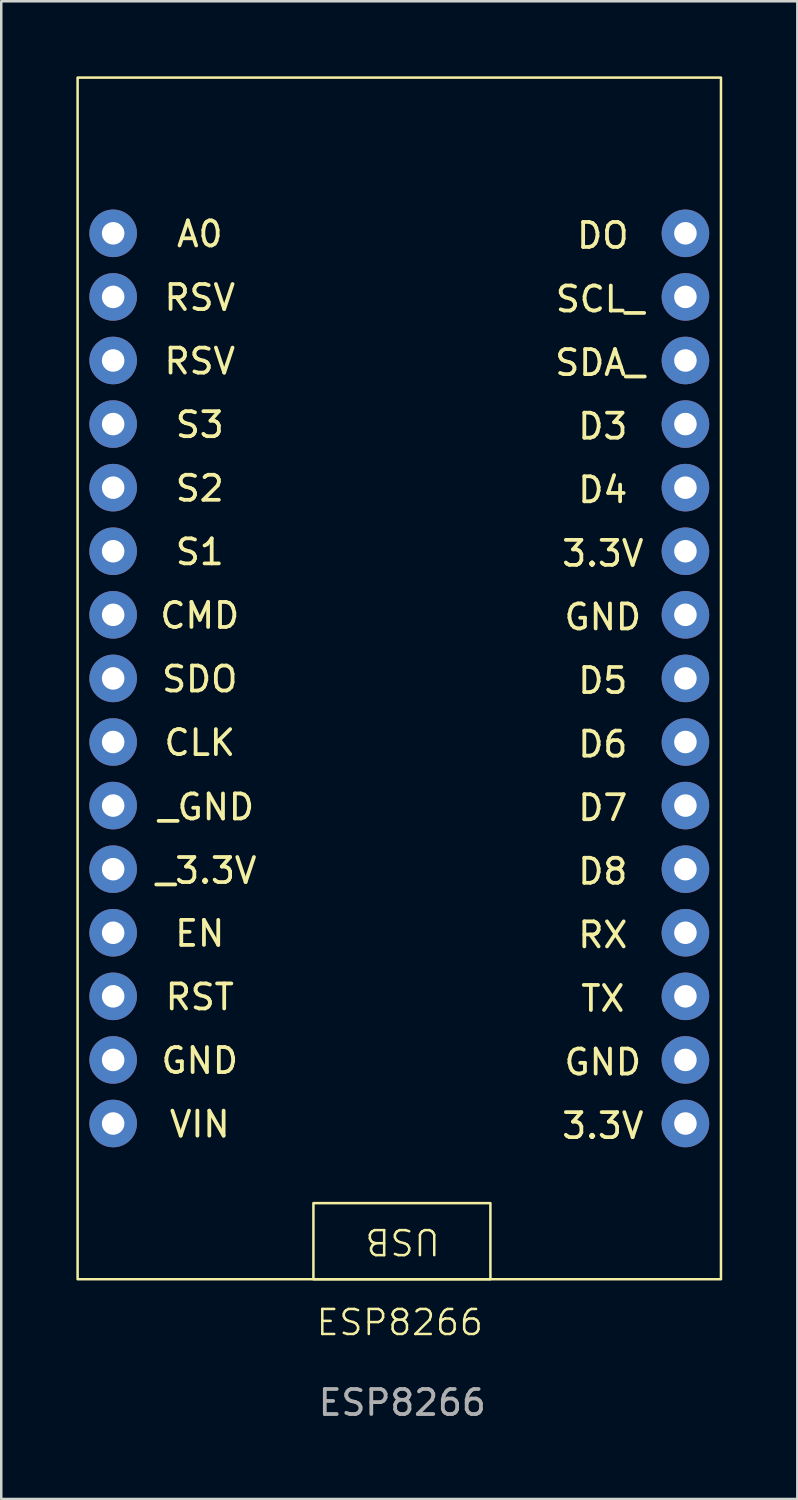
<source format=kicad_pcb>
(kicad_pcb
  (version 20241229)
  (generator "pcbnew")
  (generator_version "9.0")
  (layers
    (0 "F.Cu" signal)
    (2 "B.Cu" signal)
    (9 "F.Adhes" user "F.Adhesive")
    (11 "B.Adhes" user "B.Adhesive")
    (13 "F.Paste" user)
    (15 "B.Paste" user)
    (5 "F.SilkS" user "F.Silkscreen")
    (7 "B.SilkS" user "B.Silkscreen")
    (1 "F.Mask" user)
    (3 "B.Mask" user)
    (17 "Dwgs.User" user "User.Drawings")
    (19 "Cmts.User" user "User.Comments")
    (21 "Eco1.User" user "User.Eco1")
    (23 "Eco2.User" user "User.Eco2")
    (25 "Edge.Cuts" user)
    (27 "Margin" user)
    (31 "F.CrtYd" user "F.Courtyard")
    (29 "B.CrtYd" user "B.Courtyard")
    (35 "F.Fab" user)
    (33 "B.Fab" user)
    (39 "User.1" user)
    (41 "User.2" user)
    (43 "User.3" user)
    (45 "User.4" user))
  (footprint "ESP8266"
    (layer "F.Cu")
    (at 12.77 48.06)
    (property "Reference" "ESP8266" (at 0.15 1.72 0) (unlocked yes) (layer "F.SilkS") (effects (font (size 1 1) (thickness 0.1))))
    (attr smd)
    (fp_rect (start -12.72 -48.01) (end 12.98 -0.01) (stroke (width 0.1) (type solid)) (fill no) (layer "F.SilkS"))
    (fp_rect (start -3.3 -3.05) (end 3.77 -0.01) (stroke (width 0.1) (type default)) (fill no) (layer "F.SilkS"))
    (fp_text user "SCL_" (at 8.15 -39.16 0) (layer "F.SilkS") (effects (font (size 1 1) (thickness 0.15))))
    (fp_text user "S2" (at -7.84 -31.6 0) (layer "F.SilkS") (effects (font (size 1 1) (thickness 0.15))))
    (fp_text user "D6" (at 8.26 -21.38 0) (layer "F.SilkS") (effects (font (size 1 1) (thickness 0.15))))
    (fp_text user "_3.3V" (at -7.58 -16.33 0) (layer "F.SilkS") (effects (font (size 1 1) (thickness 0.15))))
    (fp_text user "RSV" (at -7.84 -39.22 0) (layer "F.SilkS") (effects (font (size 1 1) (thickness 0.15))))
    (fp_text user "A0" (at -7.84 -41.76 0) (layer "F.SilkS") (effects (font (size 1 1) (thickness 0.15))))
    (fp_text user "D7" (at 8.26 -18.84 0) (layer "F.SilkS") (effects (font (size 1 1) (thickness 0.15))))
    (fp_text user "TX" (at 8.26 -11.22 0) (layer "F.SilkS") (effects (font (size 1 1) (thickness 0.15))))
    (fp_text user "S3" (at -7.84 -34.14 0) (layer "F.SilkS") (effects (font (size 1 1) (thickness 0.15))))
    (fp_text user "RST" (at -7.84 -11.28 0) (layer "F.SilkS") (effects (font (size 1 1) (thickness 0.15))))
    (fp_text user "D3" (at 8.26 -34.08 0) (layer "F.SilkS") (effects (font (size 1 1) (thickness 0.15))))
    (fp_text user "SDO" (at -7.84 -23.98 0) (layer "F.SilkS") (effects (font (size 1 1) (thickness 0.15))))
    (fp_text user "DO" (at 8.26 -41.7 0) (layer "F.SilkS") (effects (font (size 1 1) (thickness 0.15))))
    (fp_text user "GND" (at -7.84 -8.74 0) (layer "F.SilkS") (effects (font (size 1 1) (thickness 0.15))))
    (fp_text user "3.3V" (at 8.26 -6.14 0) (layer "F.SilkS") (effects (font (size 1 1) (thickness 0.15))))
    (fp_text user "EN" (at -7.84 -13.82 0) (layer "F.SilkS") (effects (font (size 1 1) (thickness 0.15))))
    (fp_text user "D4" (at 8.26 -31.54 0) (layer "F.SilkS") (effects (font (size 1 1) (thickness 0.15))))
    (fp_text user "USB" (at 1.83 -2.1 180) (unlocked yes) (layer "F.SilkS") (effects (font (size 1 1) (thickness 0.1)) (justify left bottom)))
    (fp_text user "SDA_" (at 8.15 -36.62 0) (layer "F.SilkS") (effects (font (size 1 1) (thickness 0.15))))
    (fp_text user "RX" (at 8.26 -13.76 0) (layer "F.SilkS") (effects (font (size 1 1) (thickness 0.15))))
    (fp_text user "CLK" (at -7.84 -21.44 0) (layer "F.SilkS") (effects (font (size 1 1) (thickness 0.15))))
    (fp_text user "3.3V" (at 8.26 -29 0) (layer "F.SilkS") (effects (font (size 1 1) (thickness 0.15))))
    (fp_text user "D5" (at 8.26 -23.92 0) (layer "F.SilkS") (effects (font (size 1 1) (thickness 0.15))))
    (fp_text user "S1" (at -7.84 -29.06 0) (layer "F.SilkS") (effects (font (size 1 1) (thickness 0.15))))
    (fp_text user "GND" (at 8.26 -26.46 0) (layer "F.SilkS") (effects (font (size 1 1) (thickness 0.15))))
    (fp_text user "CMD" (at -7.84 -26.52 0) (layer "F.SilkS") (effects (font (size 1 1) (thickness 0.15))))
    (fp_text user "_GND" (at -7.58 -18.87 0) (layer "F.SilkS") (effects (font (size 1 1) (thickness 0.15))))
    (fp_text user "GND" (at 8.26 -8.68 0) (layer "F.SilkS") (effects (font (size 1 1) (thickness 0.15))))
    (fp_text user "D8" (at 8.26 -16.3 0) (layer "F.SilkS") (effects (font (size 1 1) (thickness 0.15))))
    (fp_text user "RSV" (at -7.84 -36.68 0) (layer "F.SilkS") (effects (font (size 1 1) (thickness 0.15))))
    (fp_text user "VIN" (at -7.84 -6.2 0) (layer "F.SilkS") (effects (font (size 1 1) (thickness 0.15))))
    (fp_text user "${REFERENCE}" (at 0.25 4.92 0) (unlocked yes) (layer "F.Fab") (effects (font (size 1 1) (thickness 0.15))))
    (pad "1" thru_hole circle (at -11.3 -41.79) (size 1.9 1.9) (drill 0.9) (layers "*.Cu" "*.Mask"))
    (pad "2" thru_hole circle (at -11.3 -39.25) (size 1.9 1.9) (drill 0.9) (layers "*.Cu" "*.Mask"))
    (pad "3" thru_hole circle (at -11.3 -36.71) (size 1.9 1.9) (drill 0.9) (layers "*.Cu" "*.Mask"))
    (pad "4" thru_hole circle (at -11.3 -34.17) (size 1.9 1.9) (drill 0.9) (layers "*.Cu" "*.Mask"))
    (pad "5" thru_hole circle (at -11.3 -31.63) (size 1.9 1.9) (drill 0.9) (layers "*.Cu" "*.Mask"))
    (pad "6" thru_hole circle (at -11.3 -29.09) (size 1.9 1.9) (drill 0.9) (layers "*.Cu" "*.Mask"))
    (pad "7" thru_hole circle (at -11.3 -26.55) (size 1.9 1.9) (drill 0.9) (layers "*.Cu" "*.Mask"))
    (pad "8" thru_hole circle (at -11.3 -24.01) (size 1.9 1.9) (drill 0.9) (layers "*.Cu" "*.Mask"))
    (pad "9" thru_hole circle (at -11.3 -21.47) (size 1.9 1.9) (drill 0.9) (layers "*.Cu" "*.Mask"))
    (pad "10" thru_hole circle (at -11.3 -18.93) (size 1.9 1.9) (drill 0.9) (layers "*.Cu" "*.Mask"))
    (pad "11" thru_hole circle (at -11.3 -16.39) (size 1.9 1.9) (drill 0.9) (layers "*.Cu" "*.Mask"))
    (pad "12" thru_hole circle (at -11.3 -13.85) (size 1.9 1.9) (drill 0.9) (layers "*.Cu" "*.Mask"))
    (pad "13" thru_hole circle (at -11.3 -11.31) (size 1.9 1.9) (drill 0.9) (layers "*.Cu" "*.Mask"))
    (pad "14" thru_hole circle (at -11.3 -8.77) (size 1.9 1.9) (drill 0.9) (layers "*.Cu" "*.Mask"))
    (pad "15" thru_hole circle (at -11.3 -6.23) (size 1.9 1.9) (drill 0.9) (layers "*.Cu" "*.Mask"))
    (pad "16" thru_hole circle (at 11.56 -41.79) (size 1.9 1.9) (drill 0.9) (layers "*.Cu" "*.Mask"))
    (pad "17" thru_hole circle (at 11.56 -39.25) (size 1.9 1.9) (drill 0.9) (layers "*.Cu" "*.Mask"))
    (pad "18" thru_hole circle (at 11.56 -36.71) (size 1.9 1.9) (drill 0.9) (layers "*.Cu" "*.Mask"))
    (pad "19" thru_hole circle (at 11.56 -34.17) (size 1.9 1.9) (drill 0.9) (layers "*.Cu" "*.Mask"))
    (pad "20" thru_hole circle (at 11.56 -31.63) (size 1.9 1.9) (drill 0.9) (layers "*.Cu" "*.Mask"))
    (pad "21" thru_hole circle (at 11.56 -29.09) (size 1.9 1.9) (drill 0.9) (layers "*.Cu" "*.Mask"))
    (pad "22" thru_hole circle (at 11.56 -26.55) (size 1.9 1.9) (drill 0.9) (layers "*.Cu" "*.Mask"))
    (pad "23" thru_hole circle (at 11.56 -24.01) (size 1.9 1.9) (drill 0.9) (layers "*.Cu" "*.Mask"))
    (pad "24" thru_hole circle (at 11.56 -21.47) (size 1.9 1.9) (drill 0.9) (layers "*.Cu" "*.Mask"))
    (pad "25" thru_hole circle (at 11.56 -18.93) (size 1.9 1.9) (drill 0.9) (layers "*.Cu" "*.Mask"))
    (pad "26" thru_hole circle (at 11.56 -16.39) (size 1.9 1.9) (drill 0.9) (layers "*.Cu" "*.Mask"))
    (pad "27" thru_hole circle (at 11.56 -13.85) (size 1.9 1.9) (drill 0.9) (layers "*.Cu" "*.Mask"))
    (pad "28" thru_hole circle (at 11.56 -11.31) (size 1.9 1.9) (drill 0.9) (layers "*.Cu" "*.Mask"))
    (pad "29" thru_hole circle (at 11.56 -8.77) (size 1.9 1.9) (drill 0.9) (layers "*.Cu" "*.Mask"))
    (pad "30" thru_hole circle (at 11.56 -6.23) (size 1.9 1.9) (drill 0.9) (layers "*.Cu" "*.Mask")))
  (gr_rect
    (start -3 -3)
    (end 28.8 56.828)
    (stroke (width 0.1) (type default))
    (fill no)
    (layer "Edge.Cuts")))
</source>
